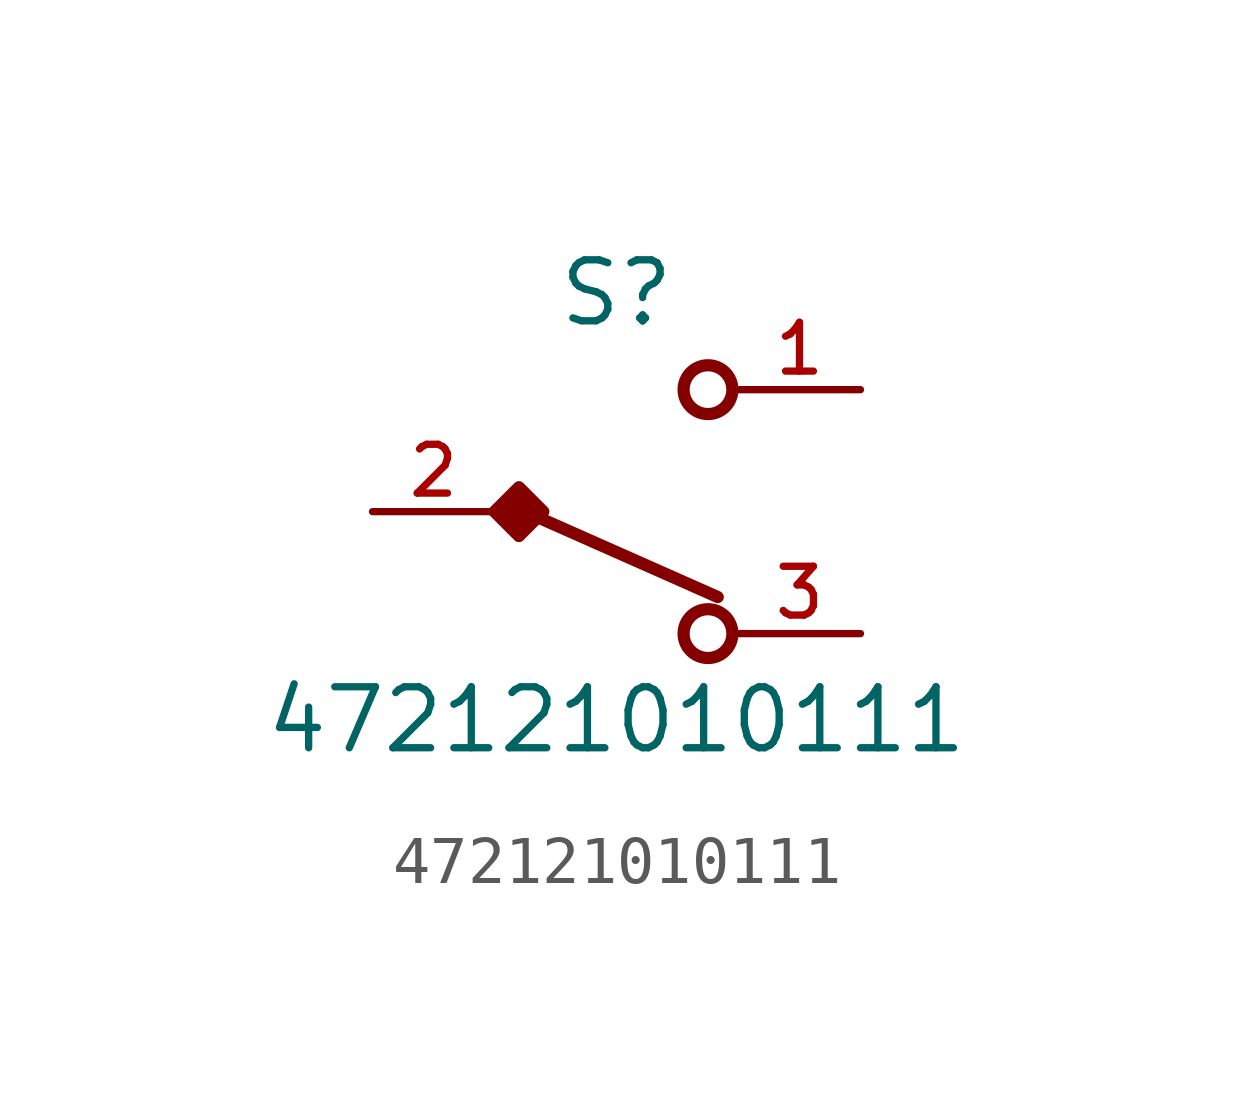
<source format=kicad_sym>
(kicad_symbol_lib
  (version 20241209)
  (generator "kicad_symbol_editor")
  (generator_version "9.0")
  (symbol "472121010111"
    (pin_names
      (offset 1.016))
    (property "Reference" "S"
      (at 0 3.81 0)
      (effects (font (size 1.27 1.27)) (justify bottom)))
    (property "Value" "472121010111"
      (at 0 -5.08 0)
      (effects (font (size 1.27 1.27)) (justify bottom)))
    (symbol "472121010111_0_0"
      (polyline (pts (xy -2.032 -0.508) (xy -2.54 0) (xy -2.032 0.508) (xy -1.524 0) (xy -2.032 -0.508)) (stroke (width 0.254) (type default)) (fill (type outline)))
      (polyline (pts (xy -1.905 0) (xy 2.108 -1.778)) (stroke (width 0.254) (type default)) (fill (type none)))
      (circle (center 1.905 2.54) (radius 0.508) (stroke (width 0.254) (type default)) (fill (type none)))
      (circle (center 1.905 -2.54) (radius 0.508) (stroke (width 0.254) (type default)) (fill (type none)))
      (pin passive line (at -5.08 0 0) (length 2.54) (name "~" (effects (font (size 1.016 1.016)))) (number "2" (effects (font (size 1.016 1.016)))))
      (pin passive line (at 5.08 2.54 180) (length 2.54) (name "~" (effects (font (size 1.016 1.016)))) (number "1" (effects (font (size 1.016 1.016)))))
      (pin passive line (at 5.08 -2.54 180) (length 2.54) (name "~" (effects (font (size 1.016 1.016)))) (number "3" (effects (font (size 1.016 1.016))))))))
</source>
